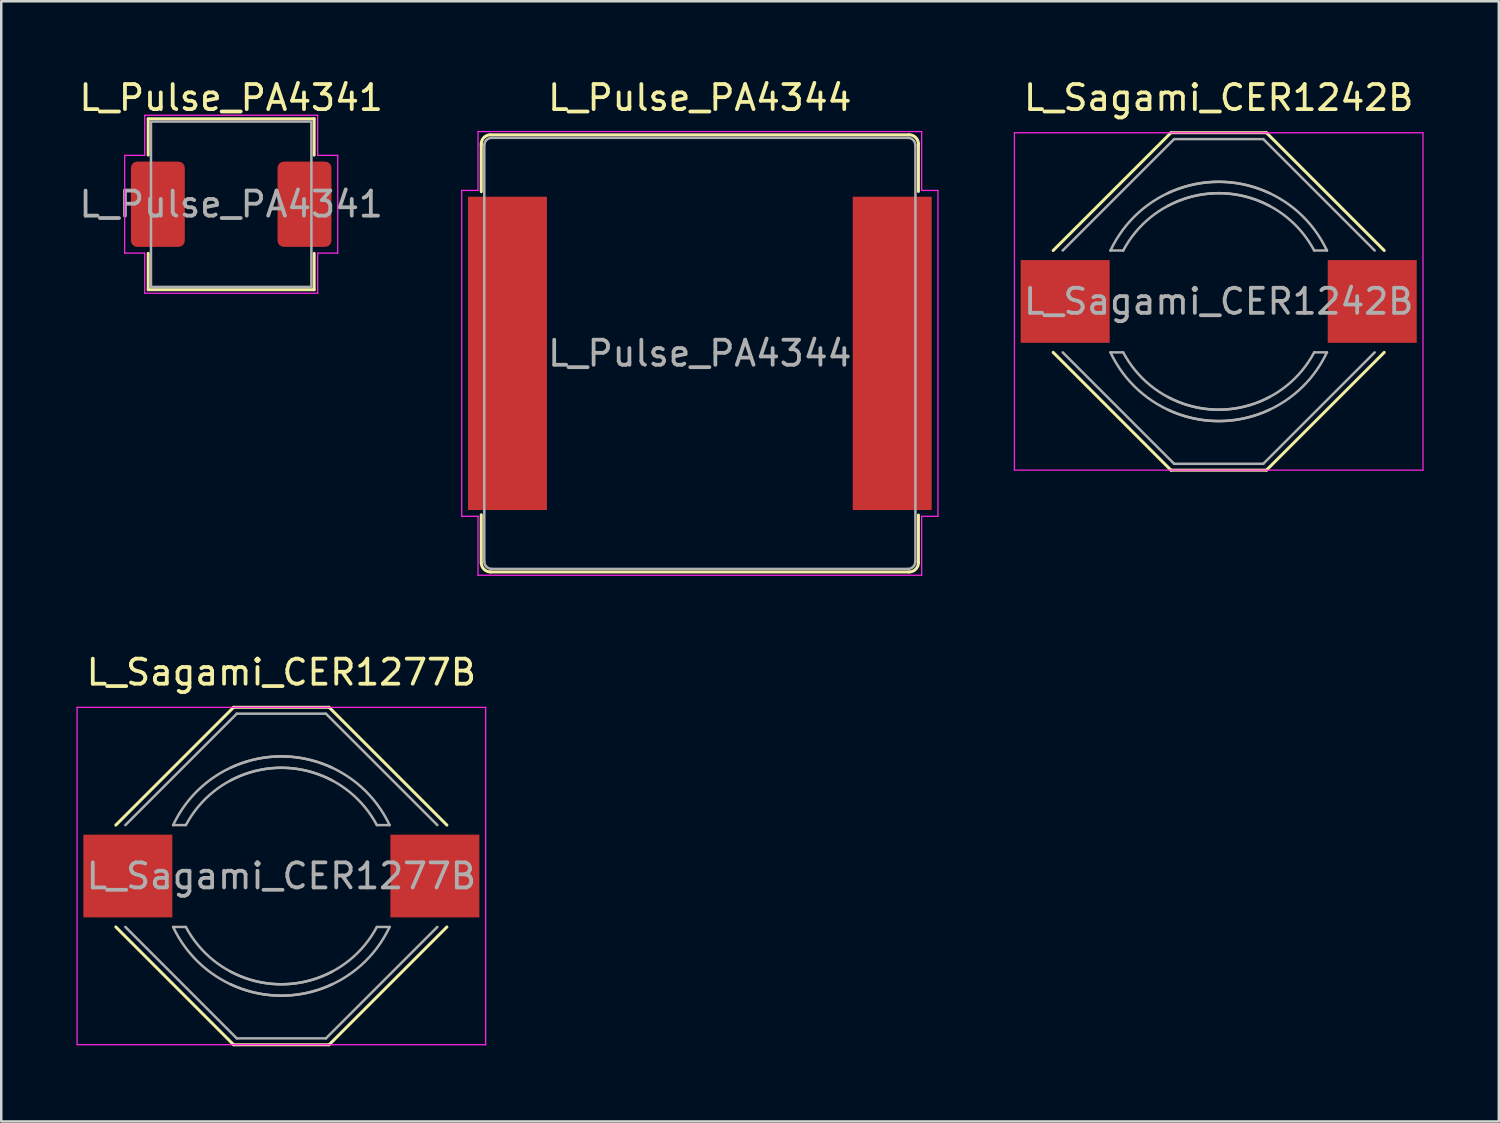
<source format=kicad_pcb>
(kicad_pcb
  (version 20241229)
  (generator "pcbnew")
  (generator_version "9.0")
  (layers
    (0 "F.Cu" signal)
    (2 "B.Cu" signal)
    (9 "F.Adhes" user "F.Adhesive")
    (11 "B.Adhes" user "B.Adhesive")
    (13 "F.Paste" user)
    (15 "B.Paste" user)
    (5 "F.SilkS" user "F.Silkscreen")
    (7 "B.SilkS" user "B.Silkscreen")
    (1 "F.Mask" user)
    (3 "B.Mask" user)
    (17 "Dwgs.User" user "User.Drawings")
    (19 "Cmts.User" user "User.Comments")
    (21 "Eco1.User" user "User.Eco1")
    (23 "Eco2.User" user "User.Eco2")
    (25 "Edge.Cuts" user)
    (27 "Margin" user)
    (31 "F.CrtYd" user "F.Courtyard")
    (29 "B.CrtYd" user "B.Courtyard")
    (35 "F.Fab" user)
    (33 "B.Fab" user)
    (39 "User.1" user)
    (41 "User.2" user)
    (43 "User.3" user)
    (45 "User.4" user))
  (footprint "L_Pulse_PA4341"
    (layer "F.Cu")
    (at 6.173 5.098)
    (property "Reference" "L_Pulse_PA4341" (at 0 -4.25 0) (layer "F.SilkS") (effects (font (size 1 1) (thickness 0.15))))
    (attr smd)
    (fp_line (start -3.31 -3.41) (end 3.31 -3.41) (stroke (width 0.12) (type solid)) (layer "F.SilkS"))
    (fp_line (start -3.31 -1.96) (end -3.31 -3.41) (stroke (width 0.12) (type solid)) (layer "F.SilkS"))
    (fp_line (start -3.31 3.41) (end -3.31 1.96) (stroke (width 0.12) (type solid)) (layer "F.SilkS"))
    (fp_line (start 3.31 -3.41) (end 3.31 -1.96) (stroke (width 0.12) (type solid)) (layer "F.SilkS"))
    (fp_line (start 3.31 1.96) (end 3.31 3.41) (stroke (width 0.12) (type solid)) (layer "F.SilkS"))
    (fp_line (start 3.31 3.41) (end -3.31 3.41) (stroke (width 0.12) (type solid)) (layer "F.SilkS"))
    (fp_line (start -4.25 -1.95) (end -3.45 -1.95) (stroke (width 0.05) (type solid)) (layer "F.CrtYd"))
    (fp_line (start -4.25 1.95) (end -4.25 -1.95) (stroke (width 0.05) (type solid)) (layer "F.CrtYd"))
    (fp_line (start -3.45 -3.55) (end 3.45 -3.55) (stroke (width 0.05) (type solid)) (layer "F.CrtYd"))
    (fp_line (start -3.45 -1.95) (end -3.45 -3.55) (stroke (width 0.05) (type solid)) (layer "F.CrtYd"))
    (fp_line (start -3.45 1.95) (end -4.25 1.95) (stroke (width 0.05) (type solid)) (layer "F.CrtYd"))
    (fp_line (start -3.45 3.55) (end -3.45 1.95) (stroke (width 0.05) (type solid)) (layer "F.CrtYd"))
    (fp_line (start 3.45 -3.55) (end 3.45 -1.95) (stroke (width 0.05) (type solid)) (layer "F.CrtYd"))
    (fp_line (start 3.45 -1.95) (end 4.25 -1.95) (stroke (width 0.05) (type solid)) (layer "F.CrtYd"))
    (fp_line (start 3.45 1.95) (end 3.45 3.55) (stroke (width 0.05) (type solid)) (layer "F.CrtYd"))
    (fp_line (start 3.45 3.55) (end -3.45 3.55) (stroke (width 0.05) (type solid)) (layer "F.CrtYd"))
    (fp_line (start 4.25 -1.95) (end 4.25 1.95) (stroke (width 0.05) (type solid)) (layer "F.CrtYd"))
    (fp_line (start 4.25 1.95) (end 3.45 1.95) (stroke (width 0.05) (type solid)) (layer "F.CrtYd"))
    (fp_rect (start -3.2 -3.3) (end 3.2 3.3) (stroke (width 0.1) (type solid)) (fill no) (layer "F.Fab"))
    (fp_text user "${REFERENCE}" (at 0 0 0) (layer "F.Fab") (effects (font (size 1 1) (thickness 0.15))))
    (pad "1" smd roundrect (at -2.925 0) (size 2.15 3.4) (layers "F.Cu" "F.Mask" "F.Paste") (roundrect_rratio 0.116))
    (pad "2" smd roundrect (at 2.925 0) (size 2.15 3.4) (layers "F.Cu" "F.Mask" "F.Paste") (roundrect_rratio 0.116)))
  (footprint "L_Sagami_CER1242B"
    (layer "F.Cu")
    (at 45.57 8.976)
    (property "Reference" "L_Sagami_CER1242B" (at 0 -8.128 0) (layer "F.SilkS") (effects (font (size 1 1) (thickness 0.15))))
    (attr smd)
    (fp_line (start -6.604 -2.032) (end -1.905 -6.731) (stroke (width 0.12) (type solid)) (layer "F.SilkS"))
    (fp_line (start -6.604 2.032) (end -1.905 6.731) (stroke (width 0.12) (type solid)) (layer "F.SilkS"))
    (fp_line (start -1.905 -6.731) (end 1.905 -6.731) (stroke (width 0.12) (type solid)) (layer "F.SilkS"))
    (fp_line (start -1.905 6.731) (end 1.905 6.731) (stroke (width 0.12) (type solid)) (layer "F.SilkS"))
    (fp_line (start 1.905 -6.731) (end 6.604 -2.032) (stroke (width 0.12) (type solid)) (layer "F.SilkS"))
    (fp_line (start 1.905 6.731) (end 6.604 2.032) (stroke (width 0.12) (type solid)) (layer "F.SilkS"))
    (fp_line (start -8.15 -6.73) (end -8.15 6.73) (stroke (width 0.05) (type solid)) (layer "F.CrtYd"))
    (fp_line (start -8.15 -6.73) (end 8.15 -6.73) (stroke (width 0.05) (type solid)) (layer "F.CrtYd"))
    (fp_line (start -8.15 6.73) (end 8.15 6.73) (stroke (width 0.05) (type solid)) (layer "F.CrtYd"))
    (fp_line (start 8.15 -6.73) (end 8.15 6.73) (stroke (width 0.05) (type solid)) (layer "F.CrtYd"))
    (fp_line (start -6.223 -2.032) (end -1.778 -6.477) (stroke (width 0.1) (type solid)) (layer "F.Fab"))
    (fp_line (start -6.223 2.032) (end -1.778 6.477) (stroke (width 0.1) (type solid)) (layer "F.Fab"))
    (fp_line (start -3.81 -2.032) (end -4.318 -2.032) (stroke (width 0.1) (type solid)) (layer "F.Fab"))
    (fp_line (start -3.81 2.032) (end -4.318 2.032) (stroke (width 0.1) (type solid)) (layer "F.Fab"))
    (fp_line (start -1.778 6.477) (end 1.778 6.477) (stroke (width 0.1) (type solid)) (layer "F.Fab"))
    (fp_line (start 1.778 -6.477) (end -1.778 -6.477) (stroke (width 0.1) (type solid)) (layer "F.Fab"))
    (fp_line (start 1.778 6.477) (end 6.223 2.032) (stroke (width 0.1) (type solid)) (layer "F.Fab"))
    (fp_line (start 3.81 -2.032) (end 4.318 -2.032) (stroke (width 0.1) (type solid)) (layer "F.Fab"))
    (fp_line (start 3.81 2.032) (end 4.318 2.032) (stroke (width 0.1) (type solid)) (layer "F.Fab"))
    (fp_line (start 6.223 -2.032) (end 1.778 -6.477) (stroke (width 0.1) (type solid)) (layer "F.Fab"))
    (fp_arc (start -4.318 -2.032) (mid -1.616446 -4.490128) (end 2.032 -4.318) (stroke (width 0.1) (type solid)) (layer "F.Fab"))
    (fp_arc (start -3.81 -2.032) (mid -1.257236 -4.130918) (end 2.032 -3.81) (stroke (width 0.1) (type solid)) (layer "F.Fab"))
    (fp_arc (start -2.032 -4.318) (mid 1.616446 -4.490128) (end 4.318 -2.032) (stroke (width 0.1) (type solid)) (layer "F.Fab"))
    (fp_arc (start -2.032 -3.81) (mid 1.257236 -4.130918) (end 3.81 -2.032) (stroke (width 0.1) (type solid)) (layer "F.Fab"))
    (fp_arc (start 2.032 3.81) (mid -1.257236 4.130918) (end -3.81 2.032) (stroke (width 0.1) (type solid)) (layer "F.Fab"))
    (fp_arc (start 2.032 4.318) (mid -1.616446 4.490128) (end -4.318 2.032) (stroke (width 0.1) (type solid)) (layer "F.Fab"))
    (fp_arc (start 3.81 2.032) (mid 1.257236 4.130918) (end -2.032 3.81) (stroke (width 0.1) (type solid)) (layer "F.Fab"))
    (fp_arc (start 4.318 2.032) (mid 1.616446 4.490128) (end -2.032 4.318) (stroke (width 0.1) (type solid)) (layer "F.Fab"))
    (fp_text user "${REFERENCE}" (at 0 0 0) (layer "F.Fab") (effects (font (size 1 1) (thickness 0.15))))
    (pad "1" smd rect (at -6.125 0) (size 3.55 3.3) (layers "F.Cu" "F.Mask" "F.Paste"))
    (pad "2" smd rect (at 6.125 0) (size 3.55 3.3) (layers "F.Cu" "F.Mask" "F.Paste")))
  (footprint "L_Pulse_PA4344"
    (layer "F.Cu")
    (at 24.87 11.048)
    (property "Reference" "L_Pulse_PA4344" (at 0 -10.2 0) (layer "F.SilkS") (effects (font (size 1 1) (thickness 0.15))))
    (attr smd)
    (fp_line (start -8.72 -8.35) (end -8.72 -6.45) (stroke (width 0.12) (type solid)) (layer "F.SilkS"))
    (fp_line (start -8.72 6.44) (end -8.72 8.34) (stroke (width 0.12) (type solid)) (layer "F.SilkS"))
    (fp_line (start -8.35 -8.72) (end 8.35 -8.72) (stroke (width 0.12) (type solid)) (layer "F.SilkS"))
    (fp_line (start 8.35 8.72) (end -8.35 8.72) (stroke (width 0.12) (type solid)) (layer "F.SilkS"))
    (fp_line (start 8.72 -8.36) (end 8.72 -6.46) (stroke (width 0.12) (type solid)) (layer "F.SilkS"))
    (fp_line (start 8.72 6.45) (end 8.72 8.35) (stroke (width 0.12) (type solid)) (layer "F.SilkS"))
    (fp_arc (start -8.72054 -8.35) (mid -8.618989 -8.604842) (end -8.37 -8.72) (stroke (width 0.12) (type solid)) (layer "F.SilkS"))
    (fp_arc (start -8.35 8.720135) (mid -8.608165 8.615237) (end -8.72 8.36) (stroke (width 0.12) (type solid)) (layer "F.SilkS"))
    (fp_arc (start 8.35 -8.720135) (mid 8.608165 -8.615237) (end 8.72 -8.36) (stroke (width 0.12) (type solid)) (layer "F.SilkS"))
    (fp_arc (start 8.72 8.35) (mid 8.61163 8.61163) (end 8.35 8.72) (stroke (width 0.12) (type solid)) (layer "F.SilkS"))
    (fp_line (start -9.5 -6.5) (end -9.5 6.5) (stroke (width 0.05) (type solid)) (layer "F.CrtYd"))
    (fp_line (start -9.5 -6.5) (end -8.85 -6.5) (stroke (width 0.05) (type solid)) (layer "F.CrtYd"))
    (fp_line (start -8.85 -8.85) (end -8.85 -6.5) (stroke (width 0.05) (type solid)) (layer "F.CrtYd"))
    (fp_line (start -8.85 -8.85) (end 8.85 -8.85) (stroke (width 0.05) (type solid)) (layer "F.CrtYd"))
    (fp_line (start -8.85 6.5) (end -9.5 6.5) (stroke (width 0.05) (type solid)) (layer "F.CrtYd"))
    (fp_line (start -8.85 8.85) (end -8.85 6.5) (stroke (width 0.05) (type solid)) (layer "F.CrtYd"))
    (fp_line (start 8.85 -8.85) (end 8.85 -6.5) (stroke (width 0.05) (type solid)) (layer "F.CrtYd"))
    (fp_line (start 8.85 6.5) (end 8.85 8.85) (stroke (width 0.05) (type solid)) (layer "F.CrtYd"))
    (fp_line (start 8.85 8.85) (end -8.85 8.85) (stroke (width 0.05) (type solid)) (layer "F.CrtYd"))
    (fp_line (start 9.5 -6.5) (end 8.85 -6.5) (stroke (width 0.05) (type solid)) (layer "F.CrtYd"))
    (fp_line (start 9.5 -6.5) (end 9.5 6.5) (stroke (width 0.05) (type solid)) (layer "F.CrtYd"))
    (fp_line (start 9.5 6.5) (end 8.85 6.5) (stroke (width 0.05) (type solid)) (layer "F.CrtYd"))
    (fp_line (start -8.6 -8.3) (end -8.6 8.3) (stroke (width 0.1) (type solid)) (layer "F.Fab"))
    (fp_line (start -8.3 -8.6) (end 8.3 -8.6) (stroke (width 0.1) (type solid)) (layer "F.Fab"))
    (fp_line (start 8.3 8.6) (end -8.3 8.6) (stroke (width 0.1) (type solid)) (layer "F.Fab"))
    (fp_line (start 8.6 -8.3) (end 8.6 8.3) (stroke (width 0.1) (type solid)) (layer "F.Fab"))
    (fp_arc (start -8.6 -8.3) (mid -8.512132 -8.512132) (end -8.3 -8.6) (stroke (width 0.1) (type solid)) (layer "F.Fab"))
    (fp_arc (start -8.3 8.6) (mid -8.512132 8.512132) (end -8.6 8.3) (stroke (width 0.1) (type solid)) (layer "F.Fab"))
    (fp_arc (start 8.3 -8.6) (mid 8.512132 -8.512132) (end 8.6 -8.3) (stroke (width 0.1) (type solid)) (layer "F.Fab"))
    (fp_arc (start 8.6 8.3) (mid 8.512132 8.512132) (end 8.3 8.6) (stroke (width 0.1) (type solid)) (layer "F.Fab"))
    (fp_text user "${REFERENCE}" (at 0 0 0) (layer "F.Fab") (effects (font (size 1 1) (thickness 0.15))))
    (pad "1" smd rect (at -7.675 0) (size 3.15 12.5) (layers "F.Cu" "F.Mask" "F.Paste"))
    (pad "2" smd rect (at 7.675 0) (size 3.15 12.5) (layers "F.Cu" "F.Mask" "F.Paste")))
  (footprint "L_Sagami_CER1277B"
    (layer "F.Cu")
    (at 8.175 31.899)
    (property "Reference" "L_Sagami_CER1277B" (at 0 -8.128 0) (layer "F.SilkS") (effects (font (size 1 1) (thickness 0.15))))
    (attr smd)
    (fp_line (start -6.604 -2.032) (end -1.905 -6.731) (stroke (width 0.12) (type solid)) (layer "F.SilkS"))
    (fp_line (start -6.604 2.032) (end -1.905 6.731) (stroke (width 0.12) (type solid)) (layer "F.SilkS"))
    (fp_line (start -1.905 -6.731) (end 1.905 -6.731) (stroke (width 0.12) (type solid)) (layer "F.SilkS"))
    (fp_line (start -1.905 6.731) (end 1.905 6.731) (stroke (width 0.12) (type solid)) (layer "F.SilkS"))
    (fp_line (start 1.905 -6.731) (end 6.604 -2.032) (stroke (width 0.12) (type solid)) (layer "F.SilkS"))
    (fp_line (start 1.905 6.731) (end 6.604 2.032) (stroke (width 0.12) (type solid)) (layer "F.SilkS"))
    (fp_line (start -8.15 -6.73) (end -8.15 6.73) (stroke (width 0.05) (type solid)) (layer "F.CrtYd"))
    (fp_line (start -8.15 -6.73) (end 8.15 -6.73) (stroke (width 0.05) (type solid)) (layer "F.CrtYd"))
    (fp_line (start -8.15 6.73) (end 8.15 6.73) (stroke (width 0.05) (type solid)) (layer "F.CrtYd"))
    (fp_line (start 8.15 -6.73) (end 8.15 6.73) (stroke (width 0.05) (type solid)) (layer "F.CrtYd"))
    (fp_line (start -6.223 -2.032) (end -1.778 -6.477) (stroke (width 0.1) (type solid)) (layer "F.Fab"))
    (fp_line (start -6.223 2.032) (end -1.778 6.477) (stroke (width 0.1) (type solid)) (layer "F.Fab"))
    (fp_line (start -3.81 -2.032) (end -4.318 -2.032) (stroke (width 0.1) (type solid)) (layer "F.Fab"))
    (fp_line (start -3.81 2.032) (end -4.318 2.032) (stroke (width 0.1) (type solid)) (layer "F.Fab"))
    (fp_line (start -1.778 6.477) (end 1.778 6.477) (stroke (width 0.1) (type solid)) (layer "F.Fab"))
    (fp_line (start 1.778 -6.477) (end -1.778 -6.477) (stroke (width 0.1) (type solid)) (layer "F.Fab"))
    (fp_line (start 1.778 6.477) (end 6.223 2.032) (stroke (width 0.1) (type solid)) (layer "F.Fab"))
    (fp_line (start 3.81 -2.032) (end 4.318 -2.032) (stroke (width 0.1) (type solid)) (layer "F.Fab"))
    (fp_line (start 3.81 2.032) (end 4.318 2.032) (stroke (width 0.1) (type solid)) (layer "F.Fab"))
    (fp_line (start 6.223 -2.032) (end 1.778 -6.477) (stroke (width 0.1) (type solid)) (layer "F.Fab"))
    (fp_arc (start -4.318 -2.032) (mid -1.616446 -4.490128) (end 2.032 -4.318) (stroke (width 0.1) (type solid)) (layer "F.Fab"))
    (fp_arc (start -3.81 -2.032) (mid -1.257236 -4.130918) (end 2.032 -3.81) (stroke (width 0.1) (type solid)) (layer "F.Fab"))
    (fp_arc (start -2.032 -4.318) (mid 1.616446 -4.490128) (end 4.318 -2.032) (stroke (width 0.1) (type solid)) (layer "F.Fab"))
    (fp_arc (start -2.032 -3.81) (mid 1.257236 -4.130918) (end 3.81 -2.032) (stroke (width 0.1) (type solid)) (layer "F.Fab"))
    (fp_arc (start 2.032 3.81) (mid -1.257236 4.130918) (end -3.81 2.032) (stroke (width 0.1) (type solid)) (layer "F.Fab"))
    (fp_arc (start 2.032 4.318) (mid -1.616446 4.490128) (end -4.318 2.032) (stroke (width 0.1) (type solid)) (layer "F.Fab"))
    (fp_arc (start 3.81 2.032) (mid 1.257236 4.130918) (end -2.032 3.81) (stroke (width 0.1) (type solid)) (layer "F.Fab"))
    (fp_arc (start 4.318 2.032) (mid 1.616446 4.490128) (end -2.032 4.318) (stroke (width 0.1) (type solid)) (layer "F.Fab"))
    (fp_text user "${REFERENCE}" (at 0 0 0) (layer "F.Fab") (effects (font (size 1 1) (thickness 0.15))))
    (pad "1" smd rect (at -6.125 0) (size 3.55 3.3) (layers "F.Cu" "F.Mask" "F.Paste"))
    (pad "2" smd rect (at 6.125 0) (size 3.55 3.3) (layers "F.Cu" "F.Mask" "F.Paste")))
  (gr_rect
    (start -3 -3)
    (end 56.745 41.691)
    (stroke (width 0.1) (type default))
    (fill no)
    (layer "Edge.Cuts")))
</source>
